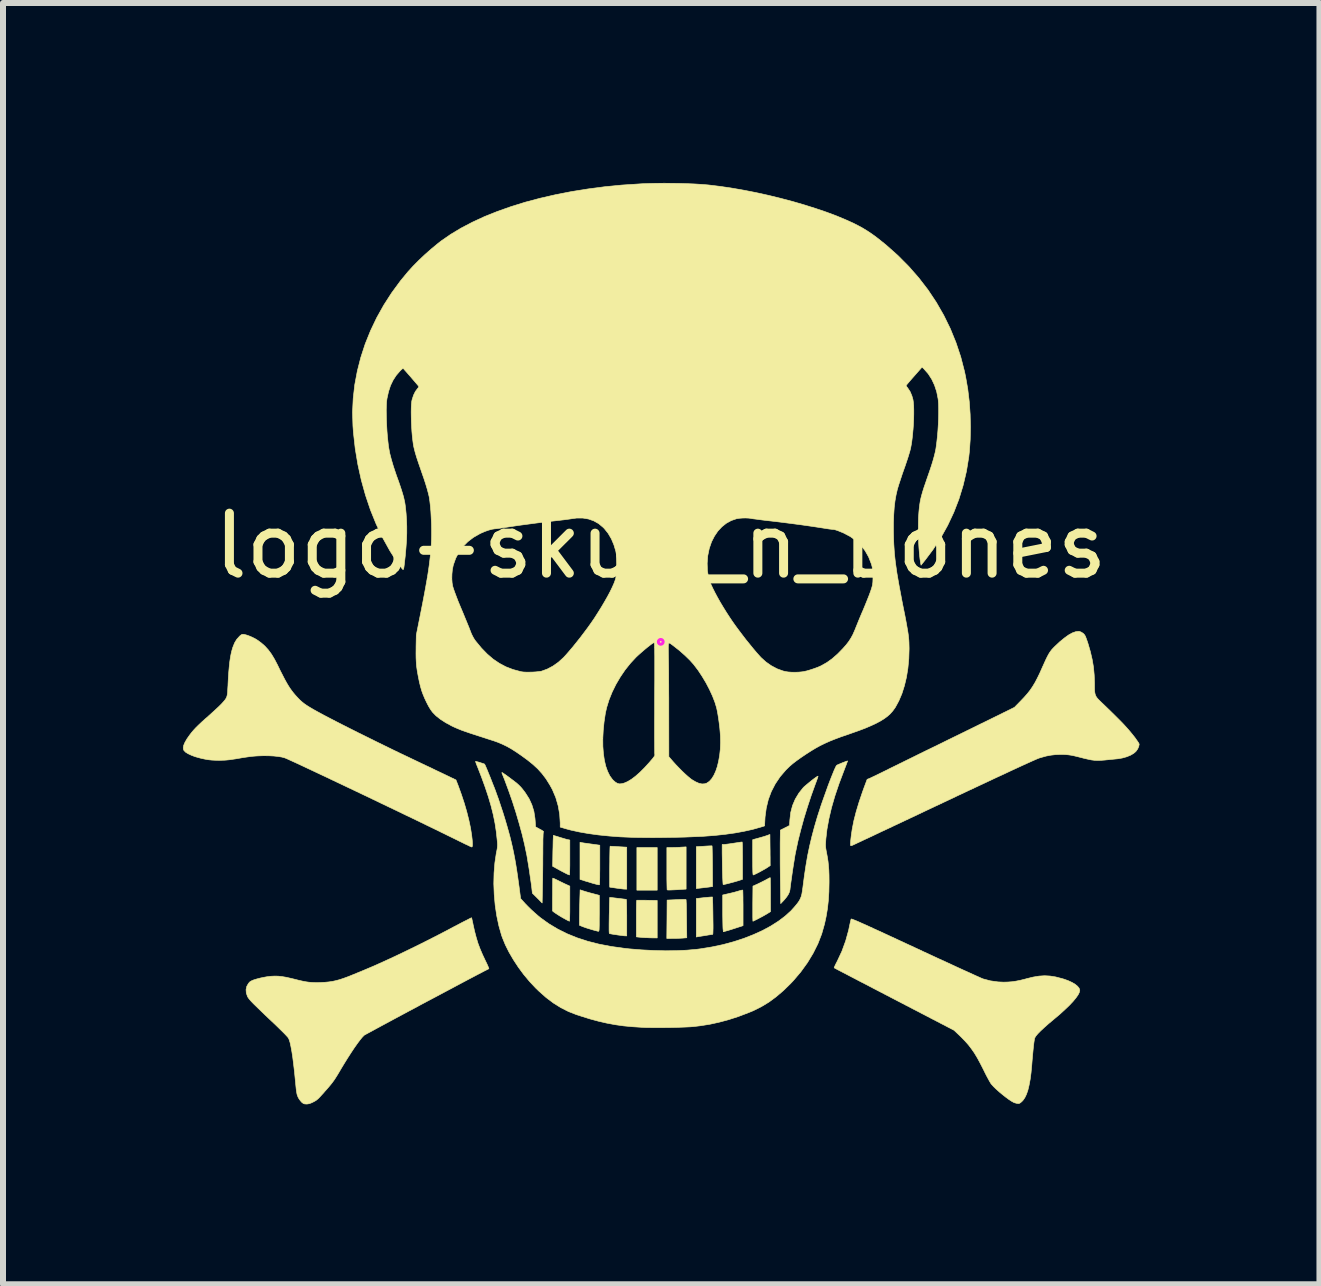
<source format=kicad_pcb>
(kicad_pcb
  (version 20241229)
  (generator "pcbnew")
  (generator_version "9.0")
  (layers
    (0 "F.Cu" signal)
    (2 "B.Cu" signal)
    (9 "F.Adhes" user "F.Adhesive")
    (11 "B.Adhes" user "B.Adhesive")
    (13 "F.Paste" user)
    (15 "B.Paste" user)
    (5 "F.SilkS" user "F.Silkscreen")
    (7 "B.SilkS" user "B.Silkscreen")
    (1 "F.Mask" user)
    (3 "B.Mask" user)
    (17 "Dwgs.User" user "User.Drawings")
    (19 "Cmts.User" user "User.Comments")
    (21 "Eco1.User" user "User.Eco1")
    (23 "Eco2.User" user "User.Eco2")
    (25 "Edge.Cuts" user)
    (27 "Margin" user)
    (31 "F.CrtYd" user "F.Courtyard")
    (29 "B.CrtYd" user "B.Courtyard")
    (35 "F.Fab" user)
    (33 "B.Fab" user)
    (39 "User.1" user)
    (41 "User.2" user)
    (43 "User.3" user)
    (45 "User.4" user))
  (footprint "logo-skull_n_bones"
    (layer "F.Cu")
    (at 7.965 7.65)
    (property "Reference" "logo-skull_n_bones" (at 0 -1.6 0) (layer "F.SilkS") (effects (font (size 1 1) (thickness 0.15))))
    (attr through_hole)
    (fp_poly (pts (xy -0.059 4.14) (xy -0.398 4.14) (xy -0.398 3.429) (xy -0.059 3.429) (xy -0.059 4.14)) (stroke (width 0.01) (type solid)) (fill yes) (layer "F.SilkS"))
    (fp_poly (pts (xy 0.852 3.401) (xy 0.855 3.402) (xy 0.856 3.411) (xy 0.857 3.435) (xy 0.858 3.472) (xy 0.859 3.521) (xy 0.86 3.579) (xy 0.861 3.645) (xy 0.862 3.718) (xy 0.862 3.742) (xy 0.864 4.079) (xy 0.794 4.089) (xy 0.75 4.094) (xy 0.701 4.1) (xy 0.658 4.105) (xy 0.593 4.112) (xy 0.593 3.415) (xy 0.722 3.407) (xy 0.767 3.404) (xy 0.805 3.402) (xy 0.835 3.401) (xy 0.852 3.401)) (stroke (width 0.01) (type solid)) (fill yes) (layer "F.SilkS"))
    (fp_poly (pts (xy 0.413 4.295) (xy 0.422 4.297) (xy 0.423 4.306) (xy 0.424 4.33) (xy 0.426 4.368) (xy 0.427 4.417) (xy 0.428 4.475) (xy 0.429 4.54) (xy 0.43 4.612) (xy 0.43 4.618) (xy 0.434 4.933) (xy 0.363 4.939) (xy 0.323 4.941) (xy 0.274 4.943) (xy 0.223 4.944) (xy 0.197 4.944) (xy 0.101 4.945) (xy 0.104 4.625) (xy 0.106 4.305) (xy 0.261 4.298) (xy 0.311 4.296) (xy 0.354 4.295) (xy 0.389 4.295) (xy 0.413 4.295)) (stroke (width 0.01) (type solid)) (fill yes) (layer "F.SilkS"))
    (fp_poly (pts (xy 0.423 4.122) (xy 0.353 4.126) (xy 0.271 4.132) (xy 0.206 4.135) (xy 0.157 4.137) (xy 0.124 4.137) (xy 0.109 4.135) (xy 0.107 4.135) (xy 0.106 4.125) (xy 0.105 4.101) (xy 0.104 4.063) (xy 0.103 4.013) (xy 0.102 3.954) (xy 0.102 3.887) (xy 0.102 3.814) (xy 0.102 3.779) (xy 0.102 3.429) (xy 0.172 3.429) (xy 0.213 3.428) (xy 0.263 3.427) (xy 0.313 3.425) (xy 0.333 3.423) (xy 0.423 3.418) (xy 0.423 4.122)) (stroke (width 0.01) (type solid)) (fill yes) (layer "F.SilkS"))
    (fp_poly (pts (xy -0.285 4.307) (xy -0.234 4.308) (xy -0.226 4.308) (xy -0.059 4.311) (xy -0.059 4.936) (xy -0.142 4.935) (xy -0.184 4.934) (xy -0.226 4.932) (xy -0.261 4.931) (xy -0.271 4.93) (xy -0.308 4.928) (xy -0.348 4.924) (xy -0.362 4.923) (xy -0.406 4.918) (xy -0.406 4.614) (xy -0.406 4.544) (xy -0.406 4.48) (xy -0.405 4.423) (xy -0.404 4.375) (xy -0.403 4.339) (xy -0.401 4.316) (xy -0.4 4.308) (xy -0.39 4.307) (xy -0.366 4.307) (xy -0.33 4.307) (xy -0.285 4.307)) (stroke (width 0.01) (type solid)) (fill yes) (layer "F.SilkS"))
    (fp_poly (pts (xy -1.319 3.347) (xy -1.301 3.35) (xy -1.27 3.355) (xy -1.23 3.36) (xy -1.183 3.367) (xy -1.154 3.371) (xy -1.016 3.39) (xy -1.016 3.718) (xy -1.016 3.791) (xy -1.017 3.858) (xy -1.017 3.918) (xy -1.018 3.969) (xy -1.019 4.009) (xy -1.021 4.036) (xy -1.022 4.049) (xy -1.022 4.05) (xy -1.033 4.05) (xy -1.055 4.046) (xy -1.075 4.041) (xy -1.101 4.034) (xy -1.138 4.024) (xy -1.182 4.01) (xy -1.228 3.996) (xy -1.234 3.995) (xy -1.346 3.96) (xy -1.346 3.342) (xy -1.319 3.347)) (stroke (width 0.01) (type solid)) (fill yes) (layer "F.SilkS"))
    (fp_poly (pts (xy 1.822 3.422) (xy 1.823 3.483) (xy 1.823 3.541) (xy 1.824 3.593) (xy 1.824 3.637) (xy 1.824 3.668) (xy 1.824 3.681) (xy 1.825 3.73) (xy 1.778 3.761) (xy 1.753 3.777) (xy 1.72 3.796) (xy 1.682 3.817) (xy 1.644 3.838) (xy 1.607 3.857) (xy 1.576 3.872) (xy 1.553 3.883) (xy 1.542 3.886) (xy 1.539 3.881) (xy 1.537 3.865) (xy 1.535 3.837) (xy 1.534 3.796) (xy 1.533 3.74) (xy 1.533 3.67) (xy 1.532 3.592) (xy 1.533 3.298) (xy 1.624 3.273) (xy 1.667 3.261) (xy 1.712 3.248) (xy 1.75 3.236) (xy 1.767 3.23) (xy 1.82 3.211) (xy 1.822 3.422)) (stroke (width 0.01) (type solid)) (fill yes) (layer "F.SilkS"))
    (fp_poly (pts (xy 1.367 4.138) (xy 1.368 4.148) (xy 1.369 4.172) (xy 1.37 4.209) (xy 1.371 4.257) (xy 1.371 4.315) (xy 1.372 4.379) (xy 1.372 4.437) (xy 1.372 4.731) (xy 1.268 4.765) (xy 1.222 4.78) (xy 1.175 4.795) (xy 1.133 4.808) (xy 1.104 4.816) (xy 1.044 4.833) (xy 1.038 4.782) (xy 1.037 4.76) (xy 1.036 4.724) (xy 1.035 4.677) (xy 1.034 4.62) (xy 1.033 4.557) (xy 1.033 4.491) (xy 1.033 4.475) (xy 1.033 4.22) (xy 1.137 4.196) (xy 1.184 4.185) (xy 1.232 4.173) (xy 1.274 4.161) (xy 1.301 4.153) (xy 1.331 4.144) (xy 1.354 4.139) (xy 1.366 4.138) (xy 1.367 4.138)) (stroke (width 0.01) (type solid)) (fill yes) (layer "F.SilkS"))
    (fp_poly (pts (xy -0.835 3.407) (xy -0.813 3.409) (xy -0.779 3.41) (xy -0.737 3.413) (xy -0.705 3.415) (xy -0.567 3.423) (xy -0.567 4.123) (xy -0.599 4.122) (xy -0.62 4.121) (xy -0.653 4.117) (xy -0.693 4.112) (xy -0.737 4.106) (xy -0.777 4.1) (xy -0.812 4.095) (xy -0.837 4.091) (xy -0.85 4.09) (xy -0.85 4.09) (xy -0.851 4.082) (xy -0.852 4.059) (xy -0.852 4.023) (xy -0.852 3.977) (xy -0.852 3.923) (xy -0.852 3.863) (xy -0.852 3.799) (xy -0.851 3.733) (xy -0.85 3.668) (xy -0.85 3.606) (xy -0.849 3.548) (xy -0.848 3.497) (xy -0.847 3.456) (xy -0.846 3.426) (xy -0.844 3.41) (xy -0.844 3.407) (xy -0.835 3.407)) (stroke (width 0.01) (type solid)) (fill yes) (layer "F.SilkS"))
    (fp_poly (pts (xy 0.862 4.254) (xy 0.863 4.263) (xy 0.864 4.287) (xy 0.865 4.325) (xy 0.867 4.373) (xy 0.868 4.431) (xy 0.869 4.496) (xy 0.87 4.567) (xy 0.87 4.567) (xy 0.871 4.651) (xy 0.872 4.72) (xy 0.872 4.774) (xy 0.871 4.815) (xy 0.87 4.845) (xy 0.869 4.864) (xy 0.867 4.874) (xy 0.864 4.877) (xy 0.852 4.878) (xy 0.827 4.882) (xy 0.792 4.887) (xy 0.752 4.894) (xy 0.751 4.894) (xy 0.708 4.901) (xy 0.669 4.907) (xy 0.638 4.912) (xy 0.62 4.915) (xy 0.593 4.92) (xy 0.593 4.279) (xy 0.725 4.264) (xy 0.771 4.26) (xy 0.81 4.256) (xy 0.84 4.254) (xy 0.858 4.253) (xy 0.862 4.254)) (stroke (width 0.01) (type solid)) (fill yes) (layer "F.SilkS"))
    (fp_poly (pts (xy -1.296 4.15) (xy -1.255 4.163) (xy -1.197 4.18) (xy -1.125 4.199) (xy -1.06 4.216) (xy -1.024 4.226) (xy -1.024 4.526) (xy -1.025 4.605) (xy -1.025 4.669) (xy -1.025 4.719) (xy -1.026 4.758) (xy -1.027 4.786) (xy -1.028 4.805) (xy -1.031 4.816) (xy -1.033 4.823) (xy -1.037 4.825) (xy -1.039 4.825) (xy -1.053 4.823) (xy -1.079 4.816) (xy -1.114 4.807) (xy -1.155 4.795) (xy -1.164 4.792) (xy -1.209 4.779) (xy -1.252 4.765) (xy -1.288 4.752) (xy -1.313 4.743) (xy -1.314 4.742) (xy -1.355 4.725) (xy -1.355 4.595) (xy -1.354 4.541) (xy -1.353 4.477) (xy -1.352 4.408) (xy -1.35 4.341) (xy -1.349 4.299) (xy -1.344 4.134) (xy -1.296 4.15)) (stroke (width 0.01) (type solid)) (fill yes) (layer "F.SilkS"))
    (fp_poly (pts (xy 1.826 3.94) (xy 1.827 3.963) (xy 1.827 4) (xy 1.828 4.048) (xy 1.829 4.104) (xy 1.829 4.168) (xy 1.829 4.215) (xy 1.83 4.497) (xy 1.771 4.534) (xy 1.745 4.549) (xy 1.712 4.568) (xy 1.675 4.588) (xy 1.637 4.608) (xy 1.601 4.627) (xy 1.57 4.642) (xy 1.548 4.653) (xy 1.537 4.657) (xy 1.537 4.657) (xy 1.536 4.649) (xy 1.535 4.625) (xy 1.534 4.589) (xy 1.534 4.542) (xy 1.534 4.485) (xy 1.534 4.421) (xy 1.534 4.364) (xy 1.537 4.072) (xy 1.617 4.036) (xy 1.66 4.015) (xy 1.706 3.992) (xy 1.747 3.971) (xy 1.76 3.964) (xy 1.789 3.948) (xy 1.811 3.936) (xy 1.824 3.931) (xy 1.825 3.931) (xy 1.826 3.94)) (stroke (width 0.01) (type solid)) (fill yes) (layer "F.SilkS"))
    (fp_poly (pts (xy -1.782 3.229) (xy -1.76 3.235) (xy -1.729 3.244) (xy -1.691 3.256) (xy -1.682 3.259) (xy -1.639 3.272) (xy -1.599 3.284) (xy -1.567 3.293) (xy -1.547 3.298) (xy -1.545 3.298) (xy -1.516 3.304) (xy -1.516 3.595) (xy -1.516 3.663) (xy -1.516 3.726) (xy -1.517 3.781) (xy -1.518 3.826) (xy -1.519 3.86) (xy -1.521 3.88) (xy -1.522 3.886) (xy -1.533 3.882) (xy -1.553 3.874) (xy -1.558 3.872) (xy -1.576 3.863) (xy -1.605 3.848) (xy -1.642 3.829) (xy -1.683 3.807) (xy -1.695 3.8) (xy -1.802 3.742) (xy -1.798 3.486) (xy -1.796 3.422) (xy -1.795 3.364) (xy -1.794 3.313) (xy -1.792 3.272) (xy -1.791 3.244) (xy -1.791 3.229) (xy -1.79 3.227) (xy -1.782 3.229)) (stroke (width 0.01) (type solid)) (fill yes) (layer "F.SilkS"))
    (fp_poly (pts (xy -1.792 3.942) (xy -1.771 3.95) (xy -1.742 3.964) (xy -1.707 3.981) (xy -1.705 3.982) (xy -1.663 4.003) (xy -1.622 4.023) (xy -1.586 4.04) (xy -1.564 4.05) (xy -1.516 4.072) (xy -1.516 4.364) (xy -1.516 4.433) (xy -1.516 4.495) (xy -1.517 4.55) (xy -1.518 4.596) (xy -1.519 4.63) (xy -1.521 4.651) (xy -1.522 4.657) (xy -1.532 4.653) (xy -1.553 4.643) (xy -1.581 4.628) (xy -1.592 4.622) (xy -1.637 4.597) (xy -1.681 4.571) (xy -1.722 4.545) (xy -1.757 4.522) (xy -1.784 4.503) (xy -1.8 4.49) (xy -1.804 4.484) (xy -1.804 4.461) (xy -1.804 4.425) (xy -1.804 4.38) (xy -1.804 4.327) (xy -1.804 4.27) (xy -1.803 4.211) (xy -1.803 4.152) (xy -1.803 4.096) (xy -1.802 4.045) (xy -1.802 4.001) (xy -1.801 3.967) (xy -1.8 3.946) (xy -1.8 3.939) (xy -1.792 3.942)) (stroke (width 0.01) (type solid)) (fill yes) (layer "F.SilkS"))
    (fp_poly (pts (xy 1.358 3.344) (xy 1.36 3.367) (xy 1.361 3.404) (xy 1.362 3.451) (xy 1.362 3.509) (xy 1.363 3.573) (xy 1.363 3.644) (xy 1.363 3.647) (xy 1.363 3.959) (xy 1.293 3.982) (xy 1.265 3.99) (xy 1.228 4.001) (xy 1.187 4.012) (xy 1.145 4.023) (xy 1.105 4.033) (xy 1.072 4.041) (xy 1.049 4.046) (xy 1.041 4.047) (xy 1.039 4.039) (xy 1.037 4.016) (xy 1.035 3.982) (xy 1.033 3.937) (xy 1.031 3.885) (xy 1.03 3.855) (xy 1.028 3.788) (xy 1.027 3.716) (xy 1.026 3.644) (xy 1.025 3.578) (xy 1.024 3.523) (xy 1.024 3.521) (xy 1.024 3.378) (xy 1.052 3.378) (xy 1.07 3.377) (xy 1.101 3.373) (xy 1.141 3.368) (xy 1.187 3.361) (xy 1.215 3.357) (xy 1.261 3.35) (xy 1.301 3.344) (xy 1.332 3.339) (xy 1.352 3.337) (xy 1.357 3.336) (xy 1.358 3.344)) (stroke (width 0.01) (type solid)) (fill yes) (layer "F.SilkS"))
    (fp_poly (pts (xy -0.842 4.261) (xy -0.82 4.263) (xy -0.787 4.267) (xy -0.745 4.272) (xy -0.716 4.276) (xy -0.671 4.281) (xy -0.63 4.286) (xy -0.599 4.29) (xy -0.58 4.292) (xy -0.575 4.293) (xy -0.573 4.301) (xy -0.571 4.325) (xy -0.57 4.365) (xy -0.569 4.418) (xy -0.568 4.485) (xy -0.567 4.563) (xy -0.567 4.597) (xy -0.567 4.902) (xy -0.595 4.901) (xy -0.614 4.9) (xy -0.645 4.896) (xy -0.684 4.891) (xy -0.728 4.885) (xy -0.732 4.884) (xy -0.774 4.878) (xy -0.811 4.872) (xy -0.838 4.867) (xy -0.852 4.864) (xy -0.853 4.864) (xy -0.856 4.86) (xy -0.859 4.849) (xy -0.86 4.831) (xy -0.861 4.802) (xy -0.861 4.763) (xy -0.861 4.711) (xy -0.86 4.646) (xy -0.859 4.565) (xy -0.859 4.562) (xy -0.857 4.492) (xy -0.856 4.428) (xy -0.855 4.372) (xy -0.853 4.325) (xy -0.852 4.29) (xy -0.852 4.268) (xy -0.851 4.261) (xy -0.842 4.261)) (stroke (width 0.01) (type solid)) (fill yes) (layer "F.SilkS"))
    (fp_poly (pts (xy 2.621 2.247) (xy 2.614 2.269) (xy 2.603 2.301) (xy 2.588 2.342) (xy 2.575 2.376) (xy 2.508 2.562) (xy 2.445 2.753) (xy 2.386 2.945) (xy 2.334 3.135) (xy 2.288 3.318) (xy 2.251 3.493) (xy 2.239 3.552) (xy 2.232 3.595) (xy 2.223 3.652) (xy 2.212 3.719) (xy 2.201 3.791) (xy 2.19 3.865) (xy 2.18 3.939) (xy 2.17 4.007) (xy 2.162 4.067) (xy 2.156 4.115) (xy 2.155 4.128) (xy 2.146 4.168) (xy 2.128 4.208) (xy 2.1 4.251) (xy 2.06 4.3) (xy 2.046 4.315) (xy 2 4.364) (xy 1.994 3.971) (xy 1.993 3.88) (xy 1.992 3.787) (xy 1.991 3.693) (xy 1.991 3.602) (xy 1.991 3.518) (xy 1.991 3.443) (xy 1.991 3.38) (xy 1.991 3.358) (xy 1.994 3.139) (xy 2.071 3.1) (xy 2.147 3.061) (xy 2.153 2.963) (xy 2.167 2.843) (xy 2.197 2.729) (xy 2.243 2.621) (xy 2.304 2.52) (xy 2.372 2.435) (xy 2.39 2.416) (xy 2.417 2.393) (xy 2.449 2.366) (xy 2.484 2.337) (xy 2.519 2.309) (xy 2.553 2.283) (xy 2.583 2.261) (xy 2.606 2.246) (xy 2.62 2.239) (xy 2.622 2.239) (xy 2.621 2.247)) (stroke (width 0.01) (type solid)) (fill yes) (layer "F.SilkS"))
    (fp_poly (pts (xy -2.633 2.185) (xy -2.614 2.198) (xy -2.585 2.218) (xy -2.545 2.247) (xy -2.494 2.285) (xy -2.441 2.325) (xy -2.399 2.358) (xy -2.365 2.389) (xy -2.335 2.419) (xy -2.306 2.453) (xy -2.276 2.492) (xy -2.256 2.519) (xy -2.194 2.617) (xy -2.148 2.718) (xy -2.115 2.825) (xy -2.097 2.94) (xy -2.093 2.987) (xy -2.087 3.084) (xy -2.016 3.123) (xy -1.986 3.139) (xy -1.965 3.153) (xy -1.954 3.162) (xy -1.954 3.165) (xy -1.957 3.17) (xy -1.959 3.185) (xy -1.961 3.211) (xy -1.962 3.249) (xy -1.964 3.299) (xy -1.964 3.364) (xy -1.965 3.443) (xy -1.965 3.525) (xy -1.966 3.613) (xy -1.966 3.706) (xy -1.967 3.801) (xy -1.968 3.893) (xy -1.969 3.979) (xy -1.971 4.056) (xy -1.972 4.117) (xy -1.977 4.353) (xy -2.058 4.271) (xy -2.14 4.19) (xy -2.146 4.138) (xy -2.151 4.091) (xy -2.159 4.031) (xy -2.169 3.962) (xy -2.18 3.887) (xy -2.191 3.809) (xy -2.203 3.733) (xy -2.215 3.662) (xy -2.225 3.599) (xy -2.234 3.548) (xy -2.236 3.541) (xy -2.269 3.381) (xy -2.31 3.21) (xy -2.359 3.031) (xy -2.413 2.847) (xy -2.472 2.662) (xy -2.536 2.479) (xy -2.602 2.301) (xy -2.648 2.186) (xy -2.649 2.18) (xy -2.644 2.179) (xy -2.633 2.185)) (stroke (width 0.01) (type solid)) (fill yes) (layer "F.SilkS"))
    (fp_poly (pts (xy 3.183 4.621) (xy 3.194 4.624) (xy 3.211 4.631) (xy 3.234 4.64) (xy 3.264 4.652) (xy 3.301 4.668) (xy 3.347 4.689) (xy 3.402 4.713) (xy 3.466 4.742) (xy 3.541 4.777) (xy 3.627 4.816) (xy 3.725 4.861) (xy 3.835 4.912) (xy 3.958 4.969) (xy 4.096 5.033) (xy 4.245 5.102) (xy 4.373 5.162) (xy 4.497 5.219) (xy 4.617 5.275) (xy 4.732 5.327) (xy 4.84 5.377) (xy 4.941 5.424) (xy 5.033 5.466) (xy 5.117 5.504) (xy 5.19 5.537) (xy 5.253 5.566) (xy 5.303 5.588) (xy 5.34 5.605) (xy 5.364 5.615) (xy 5.371 5.618) (xy 5.495 5.651) (xy 5.623 5.669) (xy 5.716 5.673) (xy 5.788 5.671) (xy 5.856 5.666) (xy 5.923 5.656) (xy 5.994 5.642) (xy 6.075 5.622) (xy 6.103 5.614) (xy 6.21 5.588) (xy 6.307 5.572) (xy 6.399 5.566) (xy 6.49 5.571) (xy 6.584 5.586) (xy 6.684 5.612) (xy 6.723 5.623) (xy 6.794 5.649) (xy 6.857 5.678) (xy 6.909 5.709) (xy 6.948 5.741) (xy 6.974 5.773) (xy 6.985 5.804) (xy 6.985 5.809) (xy 6.978 5.843) (xy 6.957 5.885) (xy 6.922 5.935) (xy 6.874 5.993) (xy 6.814 6.057) (xy 6.741 6.127) (xy 6.657 6.204) (xy 6.561 6.285) (xy 6.549 6.295) (xy 6.462 6.368) (xy 6.39 6.432) (xy 6.331 6.487) (xy 6.286 6.533) (xy 6.254 6.571) (xy 6.236 6.601) (xy 6.233 6.61) (xy 6.228 6.634) (xy 6.222 6.673) (xy 6.215 6.727) (xy 6.208 6.796) (xy 6.2 6.88) (xy 6.191 6.981) (xy 6.185 7.057) (xy 6.173 7.185) (xy 6.158 7.297) (xy 6.14 7.393) (xy 6.12 7.476) (xy 6.096 7.544) (xy 6.069 7.6) (xy 6.039 7.643) (xy 6.027 7.656) (xy 6.003 7.678) (xy 5.985 7.691) (xy 5.967 7.696) (xy 5.955 7.696) (xy 5.928 7.692) (xy 5.896 7.683) (xy 5.88 7.676) (xy 5.845 7.656) (xy 5.801 7.627) (xy 5.751 7.59) (xy 5.699 7.549) (xy 5.646 7.505) (xy 5.597 7.461) (xy 5.554 7.42) (xy 5.52 7.383) (xy 5.507 7.368) (xy 5.495 7.349) (xy 5.477 7.318) (xy 5.454 7.276) (xy 5.428 7.228) (xy 5.401 7.174) (xy 5.381 7.133) (xy 5.328 7.029) (xy 5.279 6.938) (xy 5.231 6.858) (xy 5.181 6.786) (xy 5.13 6.719) (xy 5.073 6.655) (xy 5.01 6.59) (xy 4.973 6.554) (xy 4.889 6.475) (xy 3.893 5.957) (xy 3.772 5.894) (xy 3.655 5.833) (xy 3.543 5.775) (xy 3.437 5.719) (xy 3.337 5.668) (xy 3.246 5.62) (xy 3.163 5.577) (xy 3.089 5.538) (xy 3.025 5.505) (xy 2.973 5.478) (xy 2.933 5.457) (xy 2.906 5.442) (xy 2.893 5.435) (xy 2.891 5.434) (xy 2.893 5.426) (xy 2.902 5.405) (xy 2.916 5.375) (xy 2.935 5.338) (xy 2.942 5.325) (xy 3.02 5.158) (xy 3.083 4.985) (xy 3.133 4.804) (xy 3.145 4.745) (xy 3.154 4.703) (xy 3.162 4.666) (xy 3.169 4.638) (xy 3.173 4.622) (xy 3.173 4.621) (xy 3.176 4.62) (xy 3.183 4.621)) (stroke (width 0.01) (type solid)) (fill yes) (layer "F.SilkS"))
    (fp_poly (pts (xy -3.154 4.599) (xy -3.151 4.608) (xy -3.146 4.63) (xy -3.139 4.663) (xy -3.13 4.702) (xy -3.129 4.71) (xy -3.103 4.826) (xy -3.076 4.929) (xy -3.047 5.025) (xy -3.012 5.118) (xy -2.972 5.212) (xy -2.925 5.312) (xy -2.923 5.316) (xy -2.902 5.359) (xy -2.885 5.396) (xy -2.873 5.425) (xy -2.866 5.444) (xy -2.866 5.45) (xy -2.877 5.455) (xy -2.902 5.468) (xy -2.94 5.487) (xy -2.989 5.513) (xy -3.049 5.544) (xy -3.119 5.581) (xy -3.197 5.622) (xy -3.282 5.667) (xy -3.374 5.716) (xy -3.471 5.768) (xy -3.573 5.822) (xy -3.678 5.878) (xy -3.785 5.935) (xy -3.893 5.992) (xy -4.002 6.05) (xy -4.109 6.108) (xy -4.215 6.164) (xy -4.317 6.219) (xy -4.416 6.272) (xy -4.509 6.322) (xy -4.596 6.369) (xy -4.676 6.412) (xy -4.748 6.451) (xy -4.81 6.485) (xy -4.862 6.513) (xy -4.903 6.535) (xy -4.931 6.551) (xy -4.946 6.559) (xy -4.947 6.561) (xy -4.978 6.593) (xy -5.016 6.64) (xy -5.06 6.699) (xy -5.11 6.77) (xy -5.163 6.85) (xy -5.221 6.94) (xy -5.281 7.037) (xy -5.324 7.108) (xy -5.362 7.173) (xy -5.394 7.226) (xy -5.421 7.269) (xy -5.446 7.307) (xy -5.471 7.341) (xy -5.497 7.375) (xy -5.527 7.411) (xy -5.562 7.452) (xy -5.605 7.5) (xy -5.612 7.509) (xy -5.652 7.553) (xy -5.683 7.587) (xy -5.707 7.612) (xy -5.728 7.63) (xy -5.747 7.645) (xy -5.767 7.657) (xy -5.79 7.669) (xy -5.793 7.671) (xy -5.832 7.689) (xy -5.862 7.699) (xy -5.889 7.704) (xy -5.906 7.705) (xy -5.936 7.703) (xy -5.956 7.697) (xy -5.977 7.682) (xy -5.986 7.674) (xy -6.008 7.649) (xy -6.031 7.617) (xy -6.045 7.592) (xy -6.052 7.575) (xy -6.058 7.559) (xy -6.064 7.54) (xy -6.068 7.517) (xy -6.073 7.488) (xy -6.078 7.449) (xy -6.083 7.399) (xy -6.089 7.335) (xy -6.092 7.307) (xy -6.106 7.164) (xy -6.121 7.037) (xy -6.135 6.925) (xy -6.15 6.828) (xy -6.165 6.747) (xy -6.179 6.682) (xy -6.194 6.633) (xy -6.207 6.605) (xy -6.218 6.59) (xy -6.24 6.566) (xy -6.271 6.533) (xy -6.311 6.493) (xy -6.357 6.448) (xy -6.407 6.399) (xy -6.434 6.373) (xy -6.519 6.293) (xy -6.592 6.224) (xy -6.654 6.164) (xy -6.707 6.113) (xy -6.751 6.07) (xy -6.788 6.034) (xy -6.817 6.004) (xy -6.84 5.979) (xy -6.858 5.958) (xy -6.871 5.941) (xy -6.881 5.926) (xy -6.889 5.913) (xy -6.89 5.91) (xy -6.909 5.853) (xy -6.913 5.797) (xy -6.901 5.743) (xy -6.873 5.694) (xy -6.851 5.669) (xy -6.826 5.653) (xy -6.787 5.636) (xy -6.735 5.62) (xy -6.673 5.604) (xy -6.604 5.59) (xy -6.565 5.583) (xy -6.5 5.575) (xy -6.439 5.572) (xy -6.378 5.573) (xy -6.314 5.58) (xy -6.242 5.592) (xy -6.159 5.611) (xy -6.117 5.621) (xy -6.038 5.641) (xy -5.972 5.656) (xy -5.915 5.667) (xy -5.864 5.674) (xy -5.814 5.678) (xy -5.763 5.68) (xy -5.706 5.68) (xy -5.668 5.679) (xy -5.596 5.675) (xy -5.532 5.669) (xy -5.471 5.66) (xy -5.412 5.647) (xy -5.349 5.63) (xy -5.281 5.607) (xy -5.202 5.578) (xy -5.148 5.556) (xy -4.97 5.483) (xy -4.788 5.406) (xy -4.603 5.323) (xy -4.411 5.234) (xy -4.213 5.139) (xy -4.005 5.037) (xy -3.787 4.927) (xy -3.557 4.808) (xy -3.439 4.745) (xy -3.375 4.712) (xy -3.317 4.681) (xy -3.264 4.654) (xy -3.22 4.632) (xy -3.186 4.614) (xy -3.163 4.603) (xy -3.154 4.599) (xy -3.154 4.599)) (stroke (width 0.01) (type solid)) (fill yes) (layer "F.SilkS"))
    (fp_poly (pts (xy 6.982 -0.173) (xy 7.008 -0.163) (xy 7.037 -0.145) (xy 7.046 -0.138) (xy 7.059 -0.125) (xy 7.069 -0.11) (xy 7.08 -0.092) (xy 7.09 -0.065) (xy 7.103 -0.029) (xy 7.12 0.02) (xy 7.161 0.16) (xy 7.192 0.293) (xy 7.214 0.422) (xy 7.226 0.553) (xy 7.231 0.691) (xy 7.231 0.699) (xy 7.231 0.763) (xy 7.232 0.812) (xy 7.237 0.852) (xy 7.245 0.884) (xy 7.258 0.912) (xy 7.277 0.939) (xy 7.304 0.968) (xy 7.339 1.002) (xy 7.348 1.011) (xy 7.442 1.101) (xy 7.524 1.181) (xy 7.596 1.252) (xy 7.66 1.316) (xy 7.716 1.374) (xy 7.765 1.428) (xy 7.81 1.479) (xy 7.85 1.527) (xy 7.889 1.576) (xy 7.905 1.596) (xy 7.93 1.632) (xy 7.952 1.663) (xy 7.968 1.688) (xy 7.975 1.703) (xy 7.976 1.706) (xy 7.969 1.743) (xy 7.951 1.785) (xy 7.924 1.823) (xy 7.923 1.825) (xy 7.884 1.859) (xy 7.831 1.89) (xy 7.767 1.916) (xy 7.696 1.936) (xy 7.621 1.949) (xy 7.591 1.952) (xy 7.56 1.955) (xy 7.517 1.959) (xy 7.468 1.964) (xy 7.418 1.969) (xy 7.41 1.97) (xy 7.344 1.975) (xy 7.287 1.977) (xy 7.232 1.975) (xy 7.176 1.968) (xy 7.115 1.955) (xy 7.042 1.938) (xy 7.032 1.935) (xy 6.957 1.916) (xy 6.895 1.901) (xy 6.841 1.89) (xy 6.792 1.883) (xy 6.745 1.879) (xy 6.695 1.877) (xy 6.668 1.877) (xy 6.583 1.88) (xy 6.504 1.889) (xy 6.425 1.904) (xy 6.339 1.928) (xy 6.312 1.936) (xy 6.293 1.943) (xy 6.264 1.955) (xy 6.223 1.973) (xy 6.171 1.996) (xy 6.107 2.025) (xy 6.03 2.06) (xy 5.941 2.101) (xy 5.839 2.148) (xy 5.725 2.202) (xy 5.596 2.261) (xy 5.454 2.328) (xy 5.298 2.401) (xy 5.127 2.481) (xy 4.942 2.568) (xy 4.742 2.663) (xy 4.72 2.673) (xy 4.569 2.744) (xy 4.423 2.813) (xy 4.28 2.881) (xy 4.144 2.945) (xy 4.013 3.007) (xy 3.889 3.065) (xy 3.773 3.12) (xy 3.665 3.17) (xy 3.567 3.217) (xy 3.478 3.259) (xy 3.4 3.295) (xy 3.333 3.327) (xy 3.279 3.352) (xy 3.237 3.372) (xy 3.209 3.385) (xy 3.196 3.391) (xy 3.195 3.392) (xy 3.176 3.398) (xy 3.166 3.396) (xy 3.164 3.393) (xy 3.163 3.378) (xy 3.164 3.349) (xy 3.167 3.31) (xy 3.172 3.264) (xy 3.178 3.213) (xy 3.186 3.161) (xy 3.192 3.121) (xy 3.219 2.983) (xy 3.257 2.835) (xy 3.305 2.675) (xy 3.363 2.503) (xy 3.389 2.431) (xy 3.441 2.292) (xy 3.475 2.279) (xy 3.491 2.272) (xy 3.52 2.258) (xy 3.56 2.239) (xy 3.608 2.216) (xy 3.663 2.189) (xy 3.722 2.16) (xy 3.747 2.148) (xy 3.812 2.115) (xy 3.89 2.077) (xy 3.981 2.032) (xy 4.081 1.983) (xy 4.189 1.93) (xy 4.304 1.873) (xy 4.422 1.815) (xy 4.544 1.756) (xy 4.667 1.696) (xy 4.788 1.636) (xy 4.907 1.578) (xy 4.94 1.562) (xy 4.985 1.54) (xy 5.042 1.512) (xy 5.109 1.479) (xy 5.185 1.442) (xy 5.266 1.402) (xy 5.349 1.361) (xy 5.434 1.32) (xy 5.507 1.284) (xy 5.896 1.092) (xy 6.002 0.984) (xy 6.06 0.923) (xy 6.111 0.865) (xy 6.157 0.807) (xy 6.198 0.747) (xy 6.238 0.681) (xy 6.277 0.607) (xy 6.318 0.523) (xy 6.358 0.433) (xy 6.391 0.36) (xy 6.418 0.3) (xy 6.442 0.251) (xy 6.463 0.211) (xy 6.483 0.178) (xy 6.503 0.15) (xy 6.524 0.123) (xy 6.549 0.097) (xy 6.57 0.076) (xy 6.652 -0.001) (xy 6.729 -0.064) (xy 6.798 -0.114) (xy 6.861 -0.149) (xy 6.917 -0.169) (xy 6.964 -0.175) (xy 6.982 -0.173)) (stroke (width 0.01) (type solid)) (fill yes) (layer "F.SilkS"))
    (fp_poly (pts (xy -6.946 -0.124) (xy -6.909 -0.115) (xy -6.863 -0.099) (xy -6.813 -0.078) (xy -6.765 -0.054) (xy -6.733 -0.035) (xy -6.662 0.016) (xy -6.599 0.071) (xy -6.542 0.134) (xy -6.489 0.206) (xy -6.438 0.291) (xy -6.391 0.381) (xy -6.346 0.474) (xy -6.306 0.552) (xy -6.271 0.62) (xy -6.24 0.677) (xy -6.211 0.726) (xy -6.184 0.769) (xy -6.156 0.808) (xy -6.128 0.845) (xy -6.098 0.881) (xy -6.082 0.899) (xy -6.046 0.938) (xy -6.013 0.972) (xy -5.979 1.002) (xy -5.943 1.031) (xy -5.901 1.06) (xy -5.853 1.09) (xy -5.794 1.125) (xy -5.724 1.164) (xy -5.696 1.179) (xy -5.617 1.222) (xy -5.525 1.27) (xy -5.421 1.324) (xy -5.306 1.383) (xy -5.181 1.446) (xy -5.05 1.512) (xy -4.912 1.58) (xy -4.771 1.65) (xy -4.626 1.721) (xy -4.481 1.792) (xy -4.336 1.862) (xy -4.192 1.93) (xy -4.178 1.937) (xy -4.09 1.979) (xy -4.002 2.021) (xy -3.916 2.062) (xy -3.834 2.1) (xy -3.759 2.137) (xy -3.691 2.169) (xy -3.634 2.196) (xy -3.588 2.218) (xy -3.563 2.23) (xy -3.414 2.302) (xy -3.379 2.391) (xy -3.325 2.54) (xy -3.276 2.688) (xy -3.234 2.832) (xy -3.199 2.971) (xy -3.171 3.103) (xy -3.152 3.224) (xy -3.143 3.302) (xy -3.14 3.351) (xy -3.139 3.386) (xy -3.141 3.407) (xy -3.146 3.418) (xy -3.152 3.42) (xy -3.162 3.416) (xy -3.185 3.406) (xy -3.219 3.389) (xy -3.263 3.369) (xy -3.313 3.344) (xy -3.369 3.317) (xy -3.382 3.31) (xy -3.464 3.27) (xy -3.556 3.225) (xy -3.656 3.176) (xy -3.764 3.123) (xy -3.878 3.068) (xy -3.999 3.009) (xy -4.125 2.948) (xy -4.255 2.886) (xy -4.387 2.822) (xy -4.523 2.757) (xy -4.659 2.692) (xy -4.796 2.626) (xy -4.932 2.561) (xy -5.066 2.497) (xy -5.199 2.434) (xy -5.327 2.373) (xy -5.452 2.314) (xy -5.571 2.257) (xy -5.684 2.204) (xy -5.79 2.154) (xy -5.888 2.108) (xy -5.977 2.066) (xy -6.056 2.029) (xy -6.124 1.998) (xy -6.181 1.972) (xy -6.225 1.952) (xy -6.255 1.939) (xy -6.268 1.934) (xy -6.316 1.921) (xy -6.377 1.911) (xy -6.451 1.903) (xy -6.532 1.899) (xy -6.62 1.898) (xy -6.655 1.899) (xy -6.711 1.901) (xy -6.761 1.904) (xy -6.808 1.908) (xy -6.858 1.914) (xy -6.914 1.922) (xy -6.98 1.932) (xy -7.019 1.939) (xy -7.089 1.951) (xy -7.145 1.959) (xy -7.192 1.966) (xy -7.234 1.97) (xy -7.273 1.973) (xy -7.313 1.974) (xy -7.358 1.975) (xy -7.428 1.974) (xy -7.487 1.971) (xy -7.543 1.965) (xy -7.6 1.955) (xy -7.664 1.941) (xy -7.691 1.934) (xy -7.763 1.914) (xy -7.826 1.89) (xy -7.879 1.865) (xy -7.92 1.84) (xy -7.946 1.814) (xy -7.954 1.801) (xy -7.96 1.768) (xy -7.953 1.726) (xy -7.932 1.676) (xy -7.898 1.617) (xy -7.853 1.553) (xy -7.82 1.51) (xy -7.785 1.469) (xy -7.747 1.428) (xy -7.702 1.384) (xy -7.649 1.334) (xy -7.586 1.277) (xy -7.573 1.267) (xy -7.492 1.194) (xy -7.423 1.131) (xy -7.366 1.078) (xy -7.32 1.032) (xy -7.286 0.994) (xy -7.261 0.964) (xy -7.245 0.939) (xy -7.244 0.936) (xy -7.237 0.921) (xy -7.231 0.904) (xy -7.227 0.885) (xy -7.223 0.86) (xy -7.22 0.826) (xy -7.218 0.781) (xy -7.214 0.722) (xy -7.214 0.711) (xy -7.208 0.596) (xy -7.201 0.496) (xy -7.193 0.409) (xy -7.185 0.333) (xy -7.175 0.266) (xy -7.164 0.206) (xy -7.151 0.15) (xy -7.136 0.098) (xy -7.132 0.087) (xy -7.104 0.017) (xy -7.069 -0.041) (xy -7.024 -0.091) (xy -7.022 -0.094) (xy -6.999 -0.113) (xy -6.983 -0.123) (xy -6.967 -0.126) (xy -6.946 -0.124)) (stroke (width 0.01) (type solid)) (fill yes) (layer "F.SilkS"))
    (fp_poly (pts (xy 3.112 1.994) (xy 3.104 2.015) (xy 3.092 2.048) (xy 3.076 2.089) (xy 3.058 2.137) (xy 3.052 2.152) (xy 2.971 2.367) (xy 2.902 2.572) (xy 2.846 2.766) (xy 2.803 2.95) (xy 2.771 3.125) (xy 2.752 3.291) (xy 2.752 3.294) (xy 2.749 3.342) (xy 2.747 3.379) (xy 2.748 3.41) (xy 2.751 3.441) (xy 2.757 3.478) (xy 2.764 3.514) (xy 2.778 3.59) (xy 2.789 3.661) (xy 2.796 3.731) (xy 2.802 3.804) (xy 2.805 3.884) (xy 2.806 3.975) (xy 2.806 4.013) (xy 2.803 4.168) (xy 2.794 4.311) (xy 2.779 4.448) (xy 2.756 4.584) (xy 2.73 4.704) (xy 2.683 4.869) (xy 2.62 5.032) (xy 2.54 5.192) (xy 2.445 5.349) (xy 2.335 5.501) (xy 2.211 5.647) (xy 2.164 5.697) (xy 2.043 5.815) (xy 1.922 5.918) (xy 1.801 6.007) (xy 1.675 6.083) (xy 1.543 6.149) (xy 1.46 6.183) (xy 1.291 6.247) (xy 1.13 6.299) (xy 0.973 6.341) (xy 0.818 6.375) (xy 0.66 6.4) (xy 0.542 6.414) (xy 0.491 6.418) (xy 0.426 6.421) (xy 0.35 6.424) (xy 0.266 6.427) (xy 0.176 6.429) (xy 0.084 6.43) (xy -0.008 6.431) (xy -0.097 6.431) (xy -0.18 6.43) (xy -0.254 6.429) (xy -0.315 6.426) (xy -0.473 6.416) (xy -0.62 6.402) (xy -0.761 6.382) (xy -0.9 6.356) (xy -1.039 6.324) (xy -1.183 6.285) (xy -1.336 6.237) (xy -1.41 6.213) (xy -1.54 6.162) (xy -1.666 6.098) (xy -1.788 6.022) (xy -1.908 5.932) (xy -2.028 5.826) (xy -2.086 5.77) (xy -2.187 5.662) (xy -2.284 5.546) (xy -2.374 5.424) (xy -2.456 5.299) (xy -2.529 5.174) (xy -2.591 5.05) (xy -2.64 4.93) (xy -2.653 4.894) (xy -2.698 4.736) (xy -2.734 4.567) (xy -2.76 4.392) (xy -2.776 4.212) (xy -2.783 4.032) (xy -2.779 3.855) (xy -2.765 3.683) (xy -2.741 3.521) (xy -2.734 3.488) (xy -2.727 3.452) (xy -2.723 3.421) (xy -2.721 3.391) (xy -2.722 3.357) (xy -2.726 3.312) (xy -2.727 3.302) (xy -2.742 3.163) (xy -2.763 3.024) (xy -2.792 2.881) (xy -2.829 2.734) (xy -2.874 2.581) (xy -2.928 2.419) (xy -2.991 2.246) (xy -3.051 2.092) (xy -3.066 2.055) (xy -3.078 2.024) (xy -3.085 2.002) (xy -3.088 1.993) (xy -3.088 1.993) (xy -3.079 1.994) (xy -3.059 1.999) (xy -3.031 2.006) (xy -3.001 2.016) (xy -2.972 2.025) (xy -2.949 2.033) (xy -2.937 2.038) (xy -2.937 2.038) (xy -2.931 2.049) (xy -2.92 2.073) (xy -2.905 2.108) (xy -2.886 2.153) (xy -2.865 2.205) (xy -2.842 2.261) (xy -2.819 2.32) (xy -2.796 2.379) (xy -2.773 2.436) (xy -2.753 2.489) (xy -2.739 2.529) (xy -2.704 2.625) (xy -2.669 2.731) (xy -2.632 2.842) (xy -2.597 2.955) (xy -2.565 3.064) (xy -2.536 3.166) (xy -2.514 3.247) (xy -2.491 3.341) (xy -2.47 3.432) (xy -2.451 3.522) (xy -2.433 3.615) (xy -2.416 3.713) (xy -2.399 3.819) (xy -2.382 3.936) (xy -2.364 4.067) (xy -2.362 4.08) (xy -2.336 4.279) (xy -2.294 4.326) (xy -2.257 4.367) (xy -2.211 4.414) (xy -2.159 4.465) (xy -2.105 4.514) (xy -2.054 4.559) (xy -2.009 4.596) (xy -2.006 4.599) (xy -1.868 4.698) (xy -1.72 4.787) (xy -1.564 4.865) (xy -1.397 4.933) (xy -1.219 4.991) (xy -1.03 5.039) (xy -0.827 5.078) (xy -0.612 5.108) (xy -0.525 5.118) (xy -0.318 5.135) (xy -0.117 5.145) (xy 0.076 5.15) (xy 0.261 5.148) (xy 0.434 5.14) (xy 0.594 5.126) (xy 0.665 5.117) (xy 0.854 5.086) (xy 1.038 5.047) (xy 1.215 4.999) (xy 1.384 4.944) (xy 1.545 4.881) (xy 1.695 4.813) (xy 1.834 4.738) (xy 1.961 4.657) (xy 2.074 4.572) (xy 2.173 4.482) (xy 2.24 4.407) (xy 2.276 4.363) (xy 2.304 4.324) (xy 2.324 4.288) (xy 2.34 4.25) (xy 2.352 4.207) (xy 2.361 4.154) (xy 2.37 4.09) (xy 2.371 4.081) (xy 2.395 3.896) (xy 2.421 3.724) (xy 2.449 3.561) (xy 2.482 3.403) (xy 2.519 3.247) (xy 2.561 3.089) (xy 2.609 2.925) (xy 2.625 2.874) (xy 2.649 2.801) (xy 2.674 2.723) (xy 2.702 2.643) (xy 2.731 2.562) (xy 2.76 2.481) (xy 2.788 2.402) (xy 2.816 2.328) (xy 2.843 2.259) (xy 2.868 2.197) (xy 2.889 2.145) (xy 2.908 2.103) (xy 2.922 2.074) (xy 2.932 2.059) (xy 2.932 2.059) (xy 2.944 2.052) (xy 2.966 2.042) (xy 2.995 2.03) (xy 3.028 2.016) (xy 3.06 2.004) (xy 3.087 1.993) (xy 3.107 1.987) (xy 3.114 1.985) (xy 3.112 1.994)) (stroke (width 0.01) (type solid)) (fill yes) (layer "F.SilkS"))
    (fp_poly (pts (xy 0.19 -7.644) (xy 0.322 -7.642) (xy 0.449 -7.638) (xy 0.57 -7.633) (xy 0.681 -7.626) (xy 0.779 -7.618) (xy 0.8 -7.616) (xy 0.989 -7.593) (xy 1.185 -7.564) (xy 1.386 -7.529) (xy 1.59 -7.489) (xy 1.794 -7.444) (xy 1.998 -7.394) (xy 2.199 -7.341) (xy 2.395 -7.284) (xy 2.584 -7.224) (xy 2.764 -7.163) (xy 2.932 -7.1) (xy 3.087 -7.035) (xy 3.205 -6.982) (xy 3.29 -6.939) (xy 3.369 -6.896) (xy 3.444 -6.85) (xy 3.519 -6.8) (xy 3.596 -6.744) (xy 3.678 -6.679) (xy 3.755 -6.617) (xy 3.952 -6.442) (xy 4.134 -6.259) (xy 4.302 -6.067) (xy 4.456 -5.867) (xy 4.595 -5.658) (xy 4.719 -5.442) (xy 4.828 -5.219) (xy 4.922 -4.988) (xy 5.001 -4.751) (xy 5.064 -4.507) (xy 5.083 -4.415) (xy 5.118 -4.214) (xy 5.143 -4.005) (xy 5.158 -3.793) (xy 5.163 -3.581) (xy 5.159 -3.373) (xy 5.145 -3.173) (xy 5.135 -3.082) (xy 5.096 -2.843) (xy 5.041 -2.609) (xy 4.971 -2.38) (xy 4.885 -2.158) (xy 4.784 -1.943) (xy 4.669 -1.736) (xy 4.538 -1.537) (xy 4.412 -1.369) (xy 4.339 -1.278) (xy 4.333 -1.31) (xy 4.322 -1.38) (xy 4.313 -1.464) (xy 4.305 -1.558) (xy 4.299 -1.66) (xy 4.296 -1.765) (xy 4.294 -1.87) (xy 4.295 -1.973) (xy 4.297 -2.069) (xy 4.303 -2.157) (xy 4.305 -2.18) (xy 4.311 -2.239) (xy 4.318 -2.293) (xy 4.326 -2.344) (xy 4.337 -2.396) (xy 4.351 -2.45) (xy 4.368 -2.509) (xy 4.389 -2.576) (xy 4.416 -2.654) (xy 4.445 -2.739) (xy 4.482 -2.845) (xy 4.513 -2.938) (xy 4.538 -3.019) (xy 4.558 -3.091) (xy 4.574 -3.155) (xy 4.586 -3.213) (xy 4.592 -3.254) (xy 4.603 -3.339) (xy 4.613 -3.431) (xy 4.621 -3.527) (xy 4.627 -3.624) (xy 4.631 -3.72) (xy 4.633 -3.811) (xy 4.633 -3.895) (xy 4.631 -3.97) (xy 4.626 -4.031) (xy 4.623 -4.054) (xy 4.6 -4.17) (xy 4.564 -4.279) (xy 4.517 -4.379) (xy 4.459 -4.469) (xy 4.391 -4.546) (xy 4.389 -4.549) (xy 4.356 -4.58) (xy 4.225 -4.431) (xy 4.187 -4.388) (xy 4.154 -4.35) (xy 4.126 -4.317) (xy 4.106 -4.293) (xy 4.093 -4.278) (xy 4.091 -4.274) (xy 4.094 -4.265) (xy 4.106 -4.246) (xy 4.118 -4.231) (xy 4.157 -4.172) (xy 4.187 -4.101) (xy 4.205 -4.037) (xy 4.211 -3.995) (xy 4.216 -3.938) (xy 4.218 -3.87) (xy 4.218 -3.794) (xy 4.216 -3.711) (xy 4.212 -3.625) (xy 4.206 -3.538) (xy 4.204 -3.522) (xy 4.198 -3.451) (xy 4.191 -3.39) (xy 4.184 -3.335) (xy 4.176 -3.285) (xy 4.167 -3.236) (xy 4.155 -3.186) (xy 4.139 -3.132) (xy 4.121 -3.073) (xy 4.098 -3.004) (xy 4.071 -2.924) (xy 4.047 -2.857) (xy 4.025 -2.794) (xy 4.004 -2.73) (xy 3.984 -2.669) (xy 3.966 -2.615) (xy 3.953 -2.571) (xy 3.945 -2.545) (xy 3.923 -2.45) (xy 3.905 -2.348) (xy 3.892 -2.238) (xy 3.884 -2.118) (xy 3.879 -1.986) (xy 3.879 -1.84) (xy 3.88 -1.792) (xy 3.882 -1.71) (xy 3.885 -1.632) (xy 3.89 -1.556) (xy 3.895 -1.48) (xy 3.903 -1.403) (xy 3.912 -1.323) (xy 3.924 -1.238) (xy 3.937 -1.147) (xy 3.954 -1.048) (xy 3.973 -0.939) (xy 3.996 -0.818) (xy 4.021 -0.684) (xy 4.047 -0.553) (xy 4.068 -0.45) (xy 4.085 -0.361) (xy 4.099 -0.285) (xy 4.11 -0.22) (xy 4.12 -0.163) (xy 4.127 -0.114) (xy 4.132 -0.069) (xy 4.136 -0.026) (xy 4.138 0.015) (xy 4.139 0.057) (xy 4.14 0.102) (xy 4.14 0.123) (xy 4.135 0.284) (xy 4.12 0.441) (xy 4.096 0.59) (xy 4.062 0.732) (xy 4.02 0.864) (xy 3.969 0.984) (xy 3.911 1.091) (xy 3.898 1.11) (xy 3.864 1.156) (xy 3.825 1.2) (xy 3.779 1.241) (xy 3.725 1.281) (xy 3.662 1.32) (xy 3.589 1.359) (xy 3.505 1.398) (xy 3.409 1.439) (xy 3.298 1.481) (xy 3.173 1.525) (xy 3.114 1.546) (xy 3.002 1.584) (xy 2.904 1.621) (xy 2.816 1.656) (xy 2.736 1.692) (xy 2.66 1.729) (xy 2.585 1.77) (xy 2.509 1.816) (xy 2.428 1.868) (xy 2.426 1.869) (xy 2.34 1.927) (xy 2.267 1.979) (xy 2.204 2.027) (xy 2.149 2.074) (xy 2.1 2.122) (xy 2.085 2.137) (xy 1.989 2.249) (xy 1.909 2.368) (xy 1.843 2.495) (xy 1.793 2.629) (xy 1.759 2.77) (xy 1.739 2.918) (xy 1.737 2.955) (xy 1.731 3.068) (xy 1.668 3.088) (xy 1.533 3.126) (xy 1.389 3.158) (xy 1.236 3.186) (xy 1.071 3.209) (xy 0.893 3.228) (xy 0.702 3.242) (xy 0.52 3.25) (xy 0.398 3.255) (xy 0.267 3.258) (xy 0.133 3.26) (xy -0.002 3.262) (xy -0.135 3.263) (xy -0.26 3.262) (xy -0.376 3.261) (xy -0.474 3.259) (xy -0.67 3.251) (xy -0.858 3.237) (xy -1.036 3.219) (xy -1.204 3.196) (xy -1.359 3.169) (xy -1.5 3.138) (xy -1.585 3.115) (xy -1.676 3.088) (xy -1.676 3.019) (xy -1.685 2.875) (xy -1.71 2.733) (xy -1.75 2.595) (xy -1.806 2.463) (xy -1.849 2.385) (xy -1.912 2.284) (xy -1.979 2.196) (xy -2.051 2.116) (xy -2.134 2.04) (xy -2.221 1.97) (xy -2.318 1.899) (xy -2.405 1.839) (xy -2.486 1.787) (xy -2.562 1.744) (xy -2.636 1.708) (xy -2.711 1.676) (xy -2.789 1.648) (xy -2.803 1.644) (xy -2.896 1.614) (xy -0.966 1.614) (xy -0.965 1.742) (xy -0.956 1.862) (xy -0.94 1.972) (xy -0.917 2.072) (xy -0.886 2.159) (xy -0.849 2.234) (xy -0.805 2.294) (xy -0.793 2.307) (xy -0.755 2.34) (xy -0.721 2.36) (xy -0.686 2.368) (xy -0.645 2.364) (xy -0.609 2.354) (xy -0.553 2.33) (xy -0.49 2.292) (xy -0.421 2.24) (xy -0.347 2.175) (xy -0.269 2.097) (xy -0.188 2.008) (xy -0.167 1.983) (xy -0.135 1.946) (xy -0.114 1.918) (xy -0.102 1.9) (xy -0.098 1.887) (xy -0.099 1.882) (xy -0.1 1.872) (xy -0.101 1.845) (xy -0.101 1.805) (xy -0.102 1.75) (xy -0.102 1.683) (xy -0.103 1.605) (xy -0.103 1.516) (xy -0.103 1.419) (xy -0.103 1.313) (xy -0.102 1.2) (xy -0.102 1.082) (xy -0.102 0.959) (xy -0.102 0.949) (xy -0.101 0.791) (xy -0.1 0.65) (xy -0.1 0.525) (xy -0.1 0.415) (xy -0.1 0.319) (xy -0.1 0.238) (xy -0.101 0.17) (xy -0.101 0.138) (xy 0.126 0.138) (xy 0.127 0.2) (xy 0.128 0.263) (xy 0.129 0.307) (xy 0.13 0.366) (xy 0.131 0.439) (xy 0.132 0.523) (xy 0.132 0.617) (xy 0.133 0.718) (xy 0.133 0.826) (xy 0.134 0.938) (xy 0.134 1.052) (xy 0.134 1.167) (xy 0.134 1.201) (xy 0.135 1.915) (xy 0.206 1.997) (xy 0.254 2.05) (xy 0.305 2.103) (xy 0.357 2.156) (xy 0.408 2.204) (xy 0.455 2.246) (xy 0.495 2.279) (xy 0.516 2.295) (xy 0.58 2.333) (xy 0.637 2.358) (xy 0.688 2.369) (xy 0.734 2.366) (xy 0.767 2.355) (xy 0.81 2.326) (xy 0.849 2.283) (xy 0.885 2.226) (xy 0.917 2.156) (xy 0.944 2.076) (xy 0.965 1.987) (xy 0.982 1.891) (xy 0.993 1.788) (xy 0.997 1.68) (xy 0.995 1.57) (xy 0.991 1.516) (xy 0.984 1.435) (xy 0.974 1.353) (xy 0.963 1.273) (xy 0.951 1.199) (xy 0.939 1.136) (xy 0.931 1.099) (xy 0.902 1.004) (xy 0.862 0.901) (xy 0.812 0.793) (xy 0.755 0.684) (xy 0.691 0.577) (xy 0.624 0.475) (xy 0.553 0.382) (xy 0.553 0.381) (xy 0.486 0.306) (xy 0.405 0.227) (xy 0.311 0.144) (xy 0.204 0.06) (xy 0.192 0.051) (xy 0.166 0.032) (xy 0.149 0.022) (xy 0.139 0.021) (xy 0.133 0.026) (xy 0.132 0.027) (xy 0.129 0.037) (xy 0.127 0.058) (xy 0.126 0.091) (xy 0.126 0.138) (xy -0.101 0.138) (xy -0.102 0.116) (xy -0.103 0.074) (xy -0.104 0.044) (xy -0.105 0.026) (xy -0.107 0.018) (xy -0.112 0.015) (xy -0.121 0.017) (xy -0.136 0.025) (xy -0.159 0.041) (xy -0.191 0.066) (xy -0.221 0.089) (xy -0.267 0.127) (xy -0.317 0.17) (xy -0.366 0.213) (xy -0.408 0.252) (xy -0.413 0.257) (xy -0.505 0.356) (xy -0.593 0.466) (xy -0.674 0.585) (xy -0.747 0.709) (xy -0.81 0.837) (xy -0.862 0.966) (xy -0.901 1.092) (xy -0.923 1.189) (xy -0.945 1.336) (xy -0.959 1.478) (xy -0.966 1.614) (xy -2.896 1.614) (xy -2.914 1.608) (xy -3.01 1.577) (xy -3.093 1.55) (xy -3.165 1.527) (xy -3.226 1.506) (xy -3.278 1.488) (xy -3.323 1.472) (xy -3.362 1.456) (xy -3.396 1.442) (xy -3.428 1.428) (xy -3.459 1.414) (xy -3.486 1.401) (xy -3.587 1.346) (xy -3.675 1.289) (xy -3.748 1.231) (xy -3.805 1.172) (xy -3.808 1.168) (xy -3.839 1.125) (xy -3.872 1.07) (xy -3.905 1.006) (xy -3.937 0.938) (xy -3.965 0.87) (xy -3.984 0.818) (xy -4.005 0.746) (xy -4.025 0.663) (xy -4.043 0.574) (xy -4.059 0.485) (xy -4.071 0.401) (xy -4.073 0.379) (xy -4.076 0.329) (xy -4.079 0.266) (xy -4.08 0.194) (xy -4.079 0.114) (xy -4.079 0.082) (xy -4.075 -0.114) (xy -3.998 -0.5) (xy -3.969 -0.646) (xy -3.944 -0.777) (xy -3.922 -0.895) (xy -3.903 -1.003) (xy -3.894 -1.053) (xy -3.483 -1.053) (xy -3.478 -0.982) (xy -3.469 -0.93) (xy -3.457 -0.89) (xy -3.438 -0.835) (xy -3.412 -0.766) (xy -3.38 -0.682) (xy -3.34 -0.585) (xy -3.293 -0.474) (xy -3.269 -0.415) (xy -3.243 -0.352) (xy -3.218 -0.291) (xy -3.195 -0.235) (xy -3.179 -0.193) (xy -3.158 -0.139) (xy -3.138 -0.097) (xy -3.119 -0.062) (xy -3.097 -0.028) (xy -3.084 -0.011) (xy -2.989 0.104) (xy -2.893 0.203) (xy -2.794 0.288) (xy -2.69 0.358) (xy -2.581 0.416) (xy -2.464 0.461) (xy -2.338 0.495) (xy -2.319 0.499) (xy -2.288 0.503) (xy -2.244 0.505) (xy -2.193 0.505) (xy -2.138 0.504) (xy -2.084 0.501) (xy -2.037 0.496) (xy -1.999 0.491) (xy -1.985 0.488) (xy -1.89 0.453) (xy -1.796 0.403) (xy -1.706 0.339) (xy -1.621 0.262) (xy -1.62 0.261) (xy -1.576 0.213) (xy -1.524 0.153) (xy -1.466 0.085) (xy -1.405 0.009) (xy -1.342 -0.07) (xy -1.28 -0.152) (xy -1.22 -0.232) (xy -1.165 -0.309) (xy -1.162 -0.313) (xy -1.102 -0.401) (xy -1.044 -0.492) (xy -0.988 -0.582) (xy -0.935 -0.672) (xy -0.886 -0.758) (xy -0.843 -0.839) (xy -0.807 -0.913) (xy -0.778 -0.979) (xy -0.758 -1.034) (xy -0.751 -1.058) (xy -0.73 -1.17) (xy -0.724 -1.284) (xy -0.725 -1.309) (xy 0.774 -1.309) (xy 0.778 -1.186) (xy 0.798 -1.067) (xy 0.801 -1.053) (xy 0.815 -1.01) (xy 0.838 -0.956) (xy 0.868 -0.892) (xy 0.904 -0.82) (xy 0.946 -0.742) (xy 0.992 -0.66) (xy 1.042 -0.577) (xy 1.094 -0.493) (xy 1.147 -0.411) (xy 1.192 -0.344) (xy 1.242 -0.273) (xy 1.298 -0.197) (xy 1.358 -0.118) (xy 1.419 -0.038) (xy 1.481 0.038) (xy 1.54 0.111) (xy 1.594 0.175) (xy 1.643 0.23) (xy 1.671 0.261) (xy 1.753 0.335) (xy 1.843 0.398) (xy 1.939 0.449) (xy 2.038 0.485) (xy 2.079 0.495) (xy 2.123 0.502) (xy 2.178 0.506) (xy 2.238 0.507) (xy 2.299 0.505) (xy 2.353 0.5) (xy 2.382 0.496) (xy 2.435 0.484) (xy 2.496 0.466) (xy 2.559 0.445) (xy 2.619 0.423) (xy 2.669 0.401) (xy 2.677 0.397) (xy 2.769 0.345) (xy 2.857 0.282) (xy 2.945 0.205) (xy 2.972 0.178) (xy 3.037 0.111) (xy 3.091 0.05) (xy 3.135 -0.007) (xy 3.171 -0.063) (xy 3.203 -0.122) (xy 3.231 -0.186) (xy 3.237 -0.199) (xy 3.254 -0.242) (xy 3.276 -0.296) (xy 3.301 -0.358) (xy 3.328 -0.423) (xy 3.355 -0.487) (xy 3.368 -0.516) (xy 3.41 -0.617) (xy 3.445 -0.704) (xy 3.474 -0.777) (xy 3.497 -0.839) (xy 3.514 -0.89) (xy 3.526 -0.932) (xy 3.531 -0.955) (xy 3.536 -0.996) (xy 3.538 -1.051) (xy 3.537 -1.116) (xy 3.537 -1.12) (xy 3.534 -1.173) (xy 3.53 -1.215) (xy 3.524 -1.251) (xy 3.515 -1.286) (xy 3.509 -1.304) (xy 3.465 -1.416) (xy 3.408 -1.517) (xy 3.338 -1.608) (xy 3.255 -1.687) (xy 3.159 -1.756) (xy 3.049 -1.814) (xy 2.954 -1.853) (xy 2.921 -1.864) (xy 2.895 -1.871) (xy 2.879 -1.874) (xy 2.876 -1.874) (xy 2.867 -1.874) (xy 2.843 -1.877) (xy 2.808 -1.881) (xy 2.763 -1.888) (xy 2.712 -1.896) (xy 2.687 -1.9) (xy 2.576 -1.917) (xy 2.461 -1.934) (xy 2.341 -1.951) (xy 2.213 -1.968) (xy 2.073 -1.986) (xy 1.921 -2.005) (xy 1.833 -2.015) (xy 1.763 -2.023) (xy 1.696 -2.031) (xy 1.636 -2.039) (xy 1.584 -2.046) (xy 1.543 -2.051) (xy 1.515 -2.055) (xy 1.503 -2.058) (xy 1.464 -2.063) (xy 1.415 -2.065) (xy 1.362 -2.064) (xy 1.31 -2.06) (xy 1.267 -2.053) (xy 1.262 -2.052) (xy 1.175 -2.022) (xy 1.093 -1.977) (xy 1.019 -1.918) (xy 0.952 -1.846) (xy 0.895 -1.762) (xy 0.847 -1.668) (xy 0.811 -1.564) (xy 0.808 -1.554) (xy 0.783 -1.433) (xy 0.774 -1.309) (xy -0.725 -1.309) (xy -0.73 -1.398) (xy -0.749 -1.51) (xy -0.781 -1.617) (xy -0.823 -1.717) (xy -0.877 -1.809) (xy -0.941 -1.889) (xy -0.961 -1.909) (xy -1.035 -1.971) (xy -1.117 -2.017) (xy -1.205 -2.048) (xy -1.3 -2.064) (xy -1.401 -2.064) (xy -1.475 -2.054) (xy -1.514 -2.048) (xy -1.564 -2.041) (xy -1.618 -2.034) (xy -1.671 -2.028) (xy -1.676 -2.027) (xy -1.811 -2.012) (xy -1.951 -1.996) (xy -2.094 -1.978) (xy -2.235 -1.959) (xy -2.37 -1.941) (xy -2.497 -1.922) (xy -2.61 -1.905) (xy -2.616 -1.904) (xy -2.662 -1.897) (xy -2.706 -1.891) (xy -2.744 -1.886) (xy -2.769 -1.884) (xy -2.814 -1.877) (xy -2.869 -1.862) (xy -2.929 -1.841) (xy -2.99 -1.815) (xy -3.015 -1.803) (xy -3.122 -1.742) (xy -3.216 -1.67) (xy -3.297 -1.588) (xy -3.364 -1.496) (xy -3.418 -1.394) (xy -3.457 -1.284) (xy -3.46 -1.272) (xy -3.474 -1.204) (xy -3.481 -1.129) (xy -3.483 -1.053) (xy -3.894 -1.053) (xy -3.886 -1.101) (xy -3.872 -1.191) (xy -3.86 -1.276) (xy -3.85 -1.358) (xy -3.841 -1.437) (xy -3.833 -1.516) (xy -3.827 -1.597) (xy -3.826 -1.609) (xy -3.822 -1.689) (xy -3.82 -1.778) (xy -3.82 -1.875) (xy -3.822 -1.974) (xy -3.827 -2.074) (xy -3.832 -2.171) (xy -3.84 -2.261) (xy -3.849 -2.341) (xy -3.859 -2.409) (xy -3.861 -2.421) (xy -3.875 -2.479) (xy -3.894 -2.55) (xy -3.919 -2.633) (xy -3.949 -2.725) (xy -3.984 -2.825) (xy -3.995 -2.858) (xy -4.036 -2.976) (xy -4.07 -3.078) (xy -4.096 -3.166) (xy -4.114 -3.238) (xy -4.123 -3.281) (xy -4.132 -3.347) (xy -4.141 -3.422) (xy -4.148 -3.502) (xy -4.153 -3.586) (xy -4.157 -3.67) (xy -4.159 -3.752) (xy -4.16 -3.83) (xy -4.159 -3.9) (xy -4.156 -3.961) (xy -4.151 -4.009) (xy -4.146 -4.034) (xy -4.121 -4.112) (xy -4.09 -4.175) (xy -4.06 -4.215) (xy -4.041 -4.239) (xy -4.034 -4.256) (xy -4.035 -4.261) (xy -4.042 -4.269) (xy -4.058 -4.288) (xy -4.081 -4.315) (xy -4.11 -4.349) (xy -4.142 -4.386) (xy -4.175 -4.425) (xy -4.209 -4.463) (xy -4.239 -4.498) (xy -4.266 -4.528) (xy -4.286 -4.551) (xy -4.288 -4.554) (xy -4.296 -4.557) (xy -4.307 -4.552) (xy -4.324 -4.538) (xy -4.347 -4.515) (xy -4.41 -4.442) (xy -4.462 -4.362) (xy -4.505 -4.273) (xy -4.538 -4.172) (xy -4.563 -4.059) (xy -4.565 -4.047) (xy -4.571 -4) (xy -4.574 -3.94) (xy -4.576 -3.867) (xy -4.575 -3.786) (xy -4.573 -3.699) (xy -4.569 -3.608) (xy -4.564 -3.517) (xy -4.557 -3.427) (xy -4.548 -3.341) (xy -4.539 -3.262) (xy -4.533 -3.226) (xy -4.517 -3.14) (xy -4.491 -3.04) (xy -4.457 -2.925) (xy -4.414 -2.796) (xy -4.402 -2.762) (xy -4.369 -2.671) (xy -4.342 -2.592) (xy -4.32 -2.525) (xy -4.302 -2.466) (xy -4.287 -2.414) (xy -4.276 -2.365) (xy -4.266 -2.318) (xy -4.259 -2.27) (xy -4.253 -2.218) (xy -4.247 -2.16) (xy -4.245 -2.139) (xy -4.238 -2.032) (xy -4.234 -1.923) (xy -4.234 -1.812) (xy -4.238 -1.695) (xy -4.247 -1.57) (xy -4.259 -1.434) (xy -4.276 -1.285) (xy -4.281 -1.246) (xy -4.286 -1.22) (xy -4.292 -1.206) (xy -4.296 -1.205) (xy -4.306 -1.213) (xy -4.323 -1.234) (xy -4.346 -1.265) (xy -4.374 -1.304) (xy -4.405 -1.348) (xy -4.437 -1.396) (xy -4.47 -1.446) (xy -4.501 -1.495) (xy -4.521 -1.528) (xy -4.639 -1.741) (xy -4.745 -1.966) (xy -4.84 -2.201) (xy -4.922 -2.445) (xy -4.992 -2.697) (xy -5.049 -2.956) (xy -5.093 -3.22) (xy -5.123 -3.489) (xy -5.131 -3.598) (xy -5.138 -3.827) (xy -5.127 -4.057) (xy -5.101 -4.286) (xy -5.058 -4.515) (xy -5 -4.742) (xy -4.927 -4.966) (xy -4.838 -5.187) (xy -4.735 -5.403) (xy -4.617 -5.614) (xy -4.485 -5.819) (xy -4.339 -6.018) (xy -4.212 -6.172) (xy -4.127 -6.265) (xy -4.03 -6.363) (xy -3.927 -6.46) (xy -3.821 -6.553) (xy -3.717 -6.639) (xy -3.661 -6.683) (xy -3.502 -6.793) (xy -3.329 -6.897) (xy -3.14 -6.996) (xy -2.939 -7.089) (xy -2.724 -7.175) (xy -2.498 -7.255) (xy -2.26 -7.329) (xy -2.012 -7.395) (xy -1.755 -7.454) (xy -1.489 -7.506) (xy -1.215 -7.55) (xy -0.934 -7.587) (xy -0.648 -7.615) (xy -0.355 -7.634) (xy -0.309 -7.637) (xy -0.194 -7.641) (xy -0.071 -7.644) (xy 0.059 -7.645) (xy 0.19 -7.644)) (stroke (width 0.01) (type solid)) (fill yes) (layer "F.SilkS"))
    (fp_circle (center 0 0) (end -0.04 0) (stroke (width 0.05) (type solid)) (fill no) (layer "F.CrtYd")))
  (gr_rect
    (start -3 -3)
    (end 18.946 18.359)
    (stroke (width 0.1) (type default))
    (fill no)
    (layer "Edge.Cuts")))
</source>
